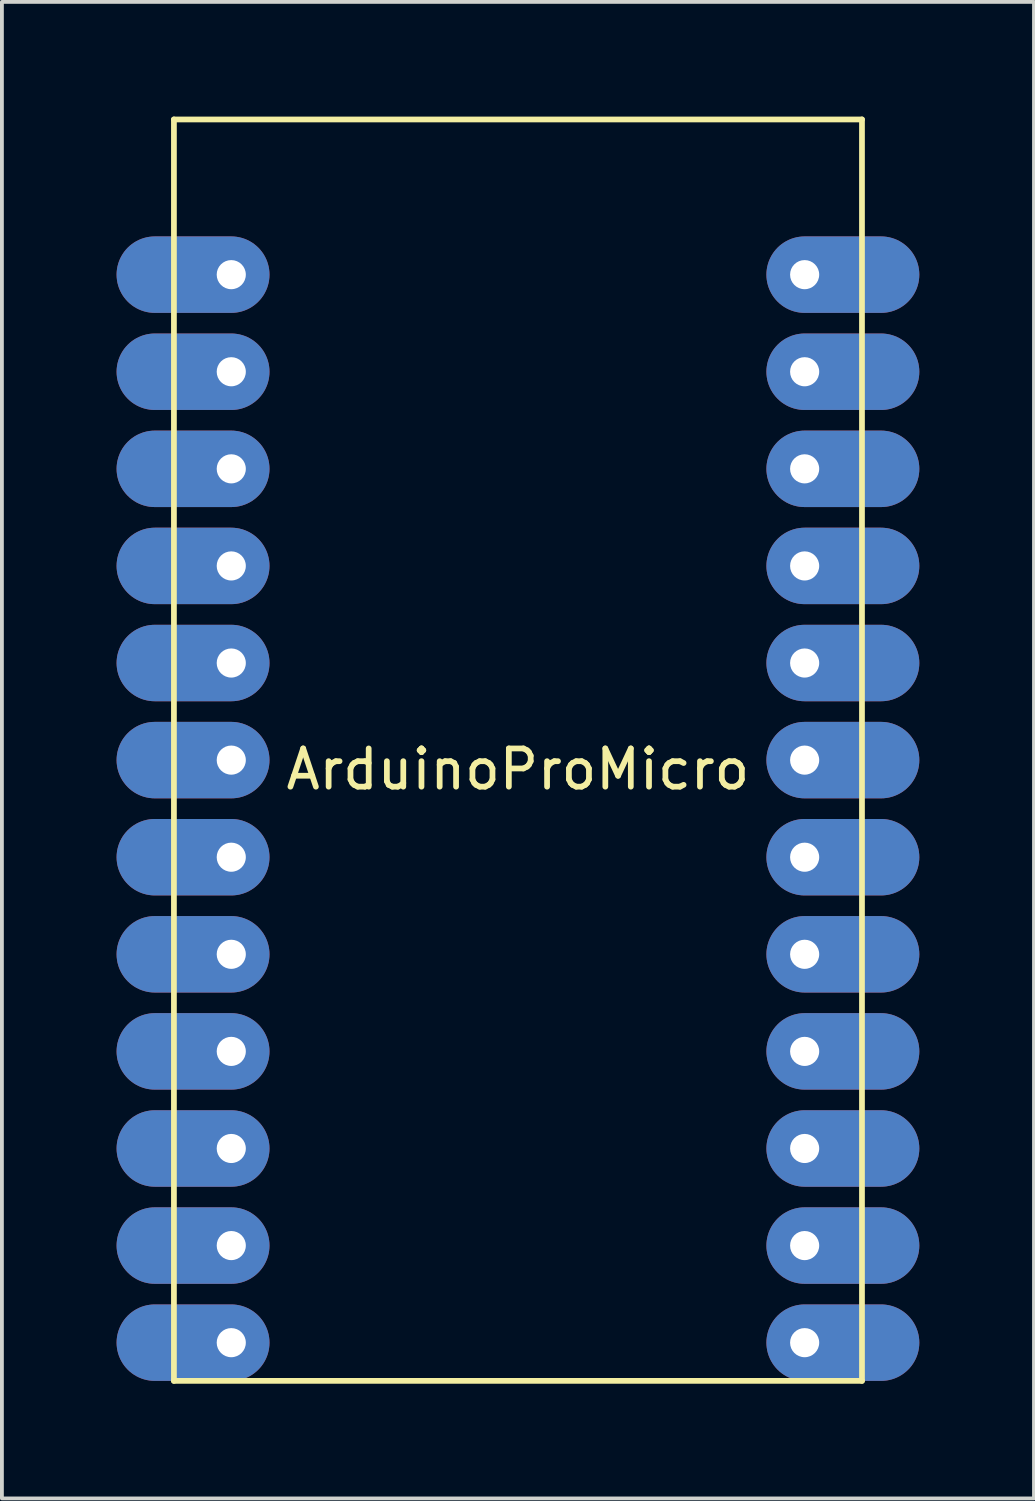
<source format=kicad_pcb>
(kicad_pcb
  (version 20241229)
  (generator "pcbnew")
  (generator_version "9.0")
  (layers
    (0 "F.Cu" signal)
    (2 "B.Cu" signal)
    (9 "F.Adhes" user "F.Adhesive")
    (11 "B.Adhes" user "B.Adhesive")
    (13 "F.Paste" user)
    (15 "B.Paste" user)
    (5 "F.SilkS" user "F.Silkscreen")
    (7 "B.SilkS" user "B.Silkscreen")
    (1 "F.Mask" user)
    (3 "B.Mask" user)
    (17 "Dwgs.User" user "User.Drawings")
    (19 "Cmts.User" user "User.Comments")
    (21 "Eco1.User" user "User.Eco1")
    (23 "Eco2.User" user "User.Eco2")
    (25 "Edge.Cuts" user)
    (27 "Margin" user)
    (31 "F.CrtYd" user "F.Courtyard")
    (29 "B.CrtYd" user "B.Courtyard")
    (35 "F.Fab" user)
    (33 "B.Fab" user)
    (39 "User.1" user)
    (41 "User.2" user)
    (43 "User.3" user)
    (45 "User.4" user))
  (footprint "ArduinoProMicro"
    (layer "F.Cu")
    (at 10.5 16.575)
    (property "Reference" "ArduinoProMicro" (at 0 0.5 0) (layer "F.SilkS") (effects (font (size 1 1) (thickness 0.15))))
    (attr through_hole)
    (fp_line (start -9 -16.5) (end -9 16.5) (stroke (width 0.15) (type solid)) (layer "F.SilkS"))
    (fp_line (start -9 16.5) (end 9 16.5) (stroke (width 0.15) (type solid)) (layer "F.SilkS"))
    (fp_line (start 9 -16.5) (end -9 -16.5) (stroke (width 0.15) (type solid)) (layer "F.SilkS"))
    (fp_line (start 9 16.5) (end 9 -16.5) (stroke (width 0.15) (type solid)) (layer "F.SilkS"))
    (pad "1" thru_hole oval (at -7.5 -12.44) (size 4 2) (drill 0.762 (offset -1 0)) (layers "*.Cu" "*.Mask"))
    (pad "2" thru_hole oval (at -7.5 -9.9) (size 4 2) (drill 0.762 (offset -1 0)) (layers "*.Cu" "*.Mask"))
    (pad "3" thru_hole oval (at -7.5 -7.36) (size 4 2) (drill 0.762 (offset -1 0)) (layers "*.Cu" "*.Mask"))
    (pad "4" thru_hole oval (at -7.5 -4.82) (size 4 2) (drill 0.762 (offset -1 0)) (layers "*.Cu" "*.Mask"))
    (pad "5" thru_hole oval (at -7.5 -2.28) (size 4 2) (drill 0.762 (offset -1 0)) (layers "*.Cu" "*.Mask"))
    (pad "6" thru_hole oval (at -7.5 0.26) (size 4 2) (drill 0.762 (offset -1 0)) (layers "*.Cu" "*.Mask"))
    (pad "7" thru_hole oval (at -7.5 2.8) (size 4 2) (drill 0.762 (offset -1 0)) (layers "*.Cu" "*.Mask"))
    (pad "8" thru_hole oval (at -7.5 5.34) (size 4 2) (drill 0.762 (offset -1 0)) (layers "*.Cu" "*.Mask"))
    (pad "9" thru_hole oval (at -7.5 7.88) (size 4 2) (drill 0.762 (offset -1 0)) (layers "*.Cu" "*.Mask"))
    (pad "10" thru_hole oval (at -7.5 10.42) (size 4 2) (drill 0.762 (offset -1 0)) (layers "*.Cu" "*.Mask"))
    (pad "11" thru_hole oval (at -7.5 12.96) (size 4 2) (drill 0.762 (offset -1 0)) (layers "*.Cu" "*.Mask"))
    (pad "12" thru_hole oval (at -7.5 15.5) (size 4 2) (drill 0.762 (offset -1 0)) (layers "*.Cu" "*.Mask"))
    (pad "13" thru_hole oval (at 7.5 15.5) (size 4 2) (drill 0.762 (offset 1 0)) (layers "*.Cu" "*.Mask"))
    (pad "14" thru_hole oval (at 7.5 12.96) (size 4 2) (drill 0.762 (offset 1 0)) (layers "*.Cu" "*.Mask"))
    (pad "15" thru_hole oval (at 7.5 10.42) (size 4 2) (drill 0.762 (offset 1 0)) (layers "*.Cu" "*.Mask"))
    (pad "16" thru_hole oval (at 7.5 7.88) (size 4 2) (drill 0.762 (offset 1 0)) (layers "*.Cu" "*.Mask"))
    (pad "17" thru_hole oval (at 7.5 5.34) (size 4 2) (drill 0.762 (offset 1 0)) (layers "*.Cu" "*.Mask"))
    (pad "18" thru_hole oval (at 7.5 2.8) (size 4 2) (drill 0.762 (offset 1 0)) (layers "*.Cu" "*.Mask"))
    (pad "19" thru_hole oval (at 7.5 0.26) (size 4 2) (drill 0.762 (offset 1 0)) (layers "*.Cu" "*.Mask"))
    (pad "20" thru_hole oval (at 7.5 -2.28) (size 4 2) (drill 0.762 (offset 1 0)) (layers "*.Cu" "*.Mask"))
    (pad "21" thru_hole oval (at 7.5 -4.82) (size 4 2) (drill 0.762 (offset 1 0)) (layers "*.Cu" "*.Mask"))
    (pad "22" thru_hole oval (at 7.5 -7.36) (size 4 2) (drill 0.762 (offset 1 0)) (layers "*.Cu" "*.Mask"))
    (pad "23" thru_hole oval (at 7.5 -9.9) (size 4 2) (drill 0.762 (offset 1 0)) (layers "*.Cu" "*.Mask"))
    (pad "24" thru_hole oval (at 7.5 -12.44) (size 4 2) (drill 0.762 (offset 1 0)) (layers "*.Cu" "*.Mask")))
  (gr_rect
    (start -3 -3)
    (end 24 36.15)
    (stroke (width 0.1) (type default))
    (fill no)
    (layer "Edge.Cuts")))
</source>
